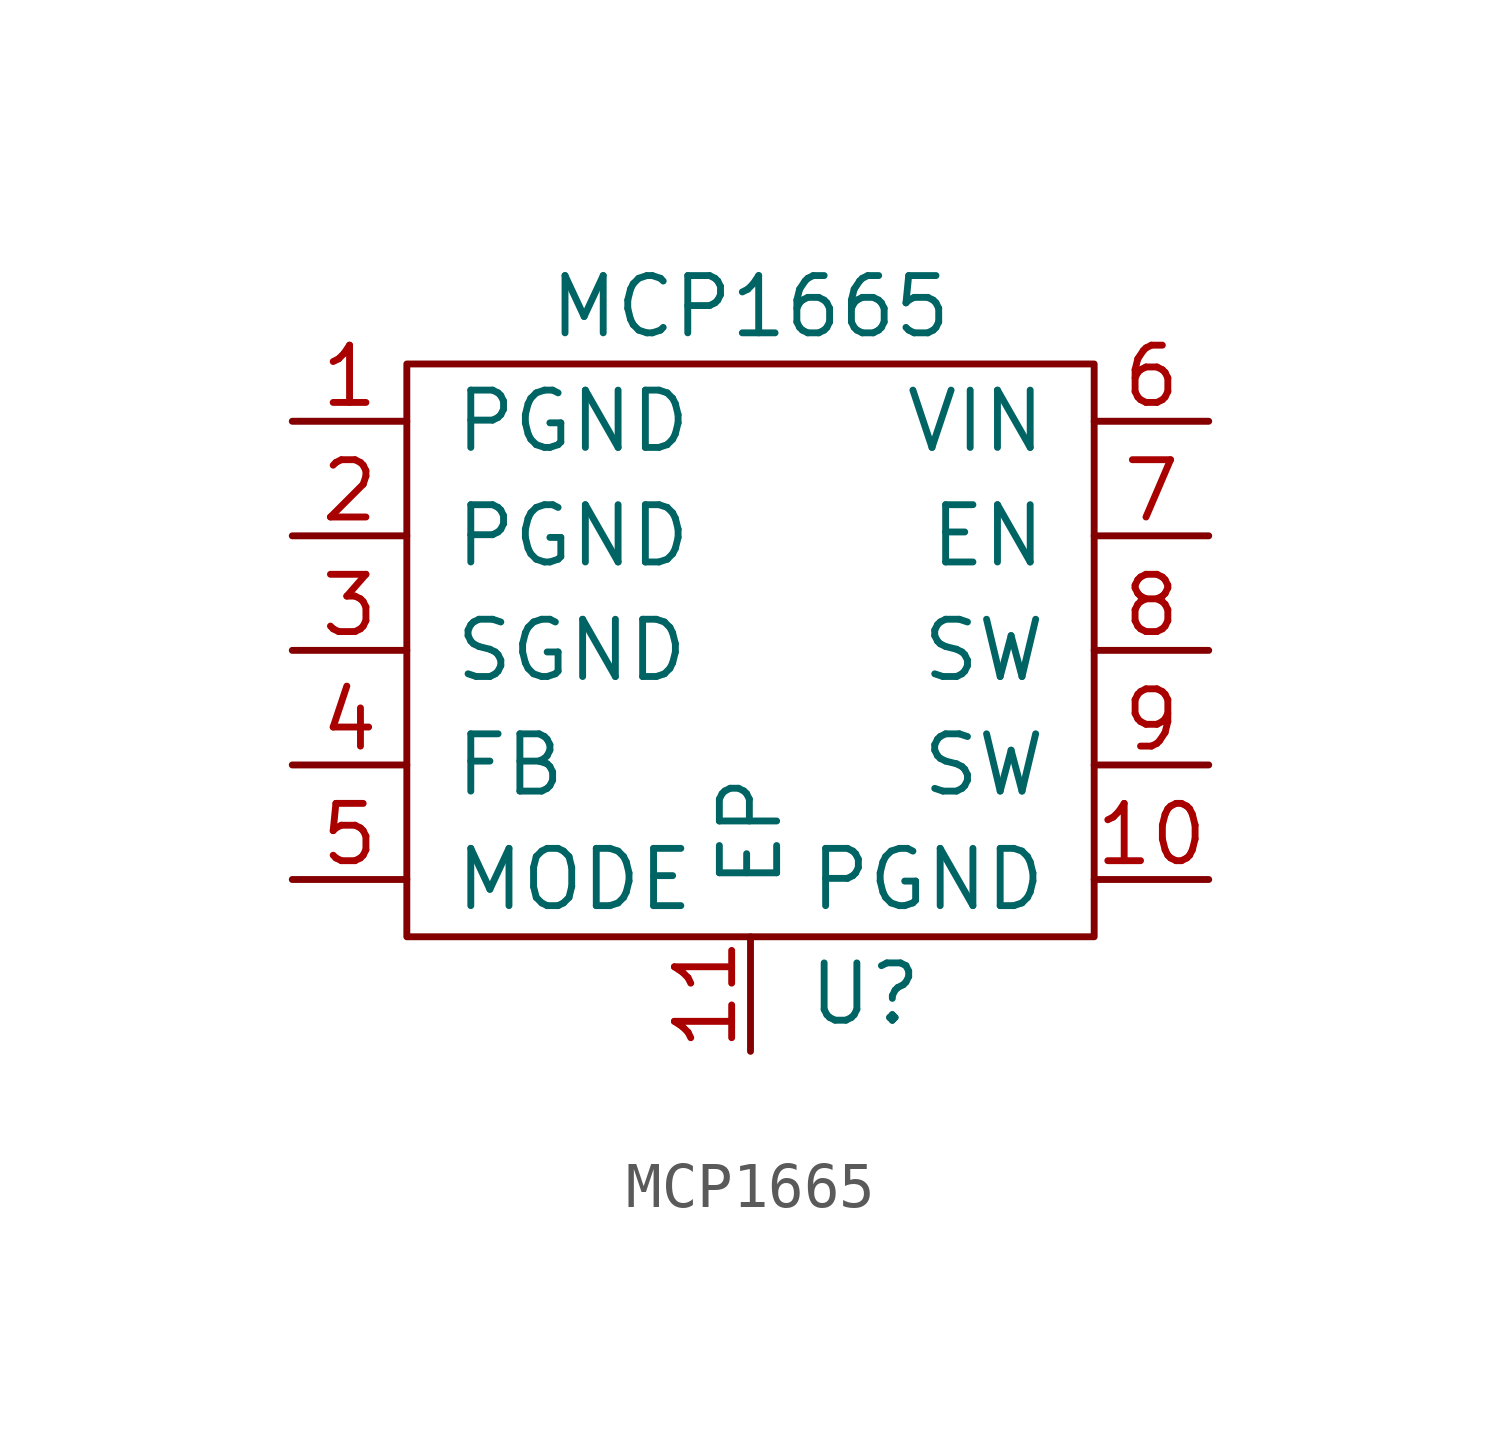
<source format=kicad_sym>
(kicad_symbol_lib
  (version 20211014)
  (generator kicad_symbol_editor)
  (symbol "MCP1665"
    (pin_names
      (offset 1.016))
    (property "Reference" "U"
      (at 2.54 -7.62 0)
      (effects (font (size 1.27 1.27))))
    (property "Value" "MCP1665"
      (at 0 7.62 0)
      (effects (font (size 1.27 1.27))))
    (symbol "MCP1665_0_1"
      (rectangle (start -7.62 6.35) (end 7.62 -6.35) (stroke (width 0) (type default) (color 0 0 0 0)) (fill (type none))))
    (symbol "MCP1665_1_1"
      (pin input line (at -10.16 5.08 0) (length 2.54) (name "PGND" (effects (font (size 1.27 1.27)))) (number "1" (effects (font (size 1.27 1.27)))))
      (pin input line (at 10.16 -5.08 180) (length 2.54) (name "PGND" (effects (font (size 1.27 1.27)))) (number "10" (effects (font (size 1.27 1.27)))))
      (pin input line (at 0 -8.89 90) (length 2.54) (name "EP" (effects (font (size 1.27 1.27)))) (number "11" (effects (font (size 1.27 1.27)))))
      (pin input line (at -10.16 2.54 0) (length 2.54) (name "PGND" (effects (font (size 1.27 1.27)))) (number "2" (effects (font (size 1.27 1.27)))))
      (pin input line (at -10.16 0 0) (length 2.54) (name "SGND" (effects (font (size 1.27 1.27)))) (number "3" (effects (font (size 1.27 1.27)))))
      (pin input line (at -10.16 -2.54 0) (length 2.54) (name "FB" (effects (font (size 1.27 1.27)))) (number "4" (effects (font (size 1.27 1.27)))))
      (pin input line (at -10.16 -5.08 0) (length 2.54) (name "MODE" (effects (font (size 1.27 1.27)))) (number "5" (effects (font (size 1.27 1.27)))))
      (pin input line (at 10.16 5.08 180) (length 2.54) (name "VIN" (effects (font (size 1.27 1.27)))) (number "6" (effects (font (size 1.27 1.27)))))
      (pin input line (at 10.16 2.54 180) (length 2.54) (name "EN" (effects (font (size 1.27 1.27)))) (number "7" (effects (font (size 1.27 1.27)))))
      (pin input line (at 10.16 0 180) (length 2.54) (name "SW" (effects (font (size 1.27 1.27)))) (number "8" (effects (font (size 1.27 1.27)))))
      (pin input line (at 10.16 -2.54 180) (length 2.54) (name "SW" (effects (font (size 1.27 1.27)))) (number "9" (effects (font (size 1.27 1.27))))))))
</source>
